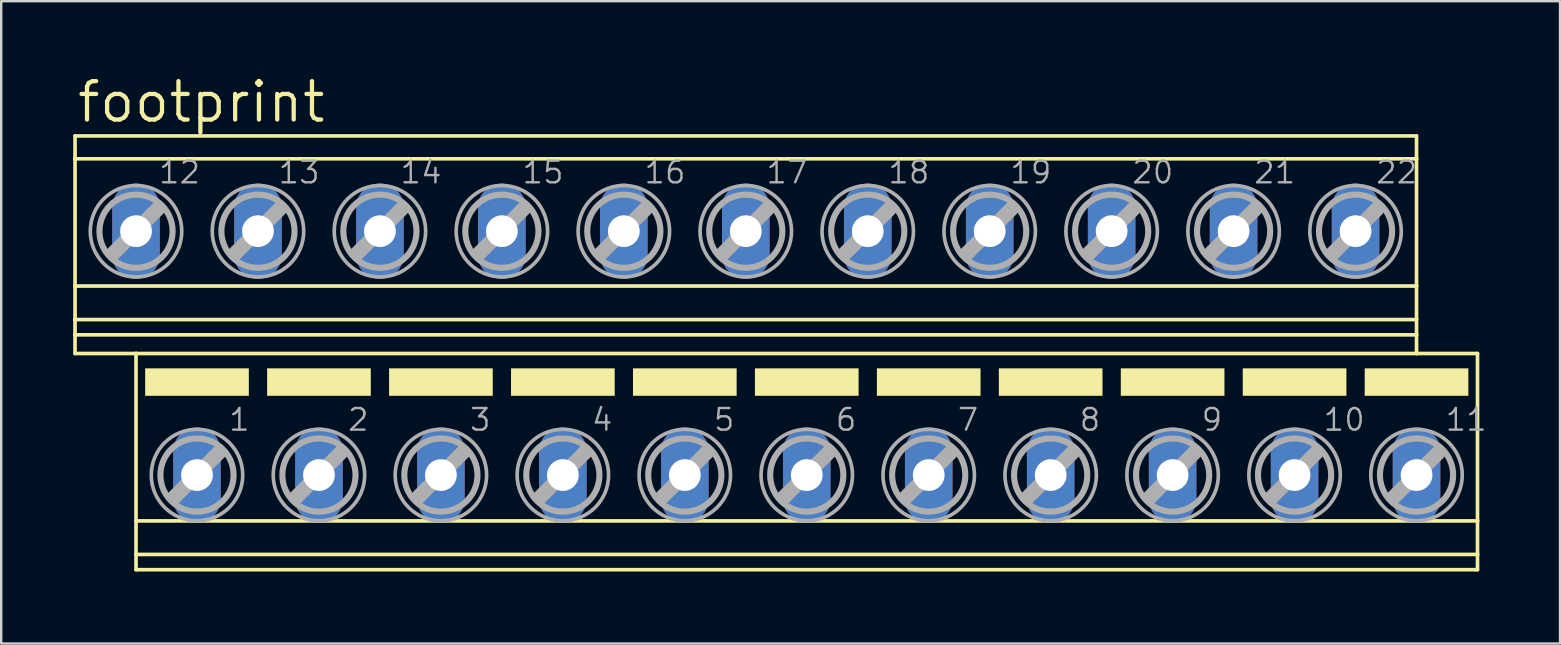
<source format=kicad_pcb>
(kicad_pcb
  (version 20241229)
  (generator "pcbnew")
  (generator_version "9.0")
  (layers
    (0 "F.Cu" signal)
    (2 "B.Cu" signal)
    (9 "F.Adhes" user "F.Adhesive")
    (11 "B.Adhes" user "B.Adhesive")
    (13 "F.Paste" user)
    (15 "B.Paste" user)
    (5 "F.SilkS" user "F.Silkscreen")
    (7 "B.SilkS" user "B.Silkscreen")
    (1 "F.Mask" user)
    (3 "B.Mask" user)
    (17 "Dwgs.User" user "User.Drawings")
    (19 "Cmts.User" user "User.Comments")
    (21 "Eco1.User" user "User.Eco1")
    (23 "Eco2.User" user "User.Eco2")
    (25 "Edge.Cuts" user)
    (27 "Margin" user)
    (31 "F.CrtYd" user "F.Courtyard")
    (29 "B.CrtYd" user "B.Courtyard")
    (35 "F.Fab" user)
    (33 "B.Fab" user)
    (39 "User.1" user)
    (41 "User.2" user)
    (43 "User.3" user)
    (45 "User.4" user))
  (footprint "footprint"
    (layer "F.Cu")
    (at 29.286 11.659)
    (property "Reference" "footprint" (at -29.21 -9.525 0) (layer "F.SilkS") (effects (font (size 1.6 1.6) (thickness 0.178)) (justify left bottom)))
    (fp_line (start -29.21 -9.047) (end -29.21 -8.094) (stroke (width 0.152) (type solid)) (layer "F.SilkS"))
    (fp_line (start -29.21 -9.047) (end 26.67 -9.047) (stroke (width 0.152) (type solid)) (layer "F.SilkS"))
    (fp_line (start -29.21 -8.094) (end -29.21 -2.794) (stroke (width 0.152) (type solid)) (layer "F.SilkS"))
    (fp_line (start -29.21 -8.094) (end 26.67 -8.094) (stroke (width 0.152) (type solid)) (layer "F.SilkS"))
    (fp_line (start -29.21 -2.794) (end -29.21 -1.397) (stroke (width 0.152) (type solid)) (layer "F.SilkS"))
    (fp_line (start -29.21 -2.794) (end 26.67 -2.794) (stroke (width 0.152) (type solid)) (layer "F.SilkS"))
    (fp_line (start -29.21 -1.397) (end -29.21 -0.762) (stroke (width 0.152) (type solid)) (layer "F.SilkS"))
    (fp_line (start -29.21 -1.397) (end 26.67 -1.397) (stroke (width 0.152) (type solid)) (layer "F.SilkS"))
    (fp_line (start -29.21 -0.762) (end -29.21 0.016) (stroke (width 0.152) (type solid)) (layer "F.SilkS"))
    (fp_line (start -29.21 -0.762) (end 26.67 -0.762) (stroke (width 0.152) (type solid)) (layer "F.SilkS"))
    (fp_line (start -29.21 0.016) (end -26.67 0.016) (stroke (width 0.152) (type solid)) (layer "F.SilkS"))
    (fp_line (start -26.67 0.016) (end -26.67 6.99) (stroke (width 0.152) (type solid)) (layer "F.SilkS"))
    (fp_line (start -26.67 0.016) (end 26.67 0.016) (stroke (width 0.152) (type solid)) (layer "F.SilkS"))
    (fp_line (start -26.67 6.99) (end -26.67 8.387) (stroke (width 0.152) (type solid)) (layer "F.SilkS"))
    (fp_line (start -26.67 6.99) (end 29.21 6.99) (stroke (width 0.152) (type solid)) (layer "F.SilkS"))
    (fp_line (start -26.67 8.387) (end -26.67 9.022) (stroke (width 0.152) (type solid)) (layer "F.SilkS"))
    (fp_line (start -26.67 8.387) (end 29.21 8.387) (stroke (width 0.152) (type solid)) (layer "F.SilkS"))
    (fp_line (start -26.67 9.022) (end 29.21 9.022) (stroke (width 0.152) (type solid)) (layer "F.SilkS"))
    (fp_line (start 26.67 -9.047) (end 26.67 -8.094) (stroke (width 0.152) (type solid)) (layer "F.SilkS"))
    (fp_line (start 26.67 -8.094) (end 26.67 -2.794) (stroke (width 0.152) (type solid)) (layer "F.SilkS"))
    (fp_line (start 26.67 -2.794) (end 26.67 -1.397) (stroke (width 0.152) (type solid)) (layer "F.SilkS"))
    (fp_line (start 26.67 -1.397) (end 26.67 -0.762) (stroke (width 0.152) (type solid)) (layer "F.SilkS"))
    (fp_line (start 26.67 -0.762) (end 26.67 0.016) (stroke (width 0.152) (type solid)) (layer "F.SilkS"))
    (fp_line (start 29.21 0.016) (end 26.67 0.016) (stroke (width 0.152) (type solid)) (layer "F.SilkS"))
    (fp_line (start 29.21 0.016) (end 29.21 6.99) (stroke (width 0.152) (type solid)) (layer "F.SilkS"))
    (fp_line (start 29.21 6.99) (end 29.21 8.387) (stroke (width 0.152) (type solid)) (layer "F.SilkS"))
    (fp_line (start 29.21 8.387) (end 29.21 9.022) (stroke (width 0.152) (type solid)) (layer "F.SilkS"))
    (fp_poly (pts (xy -26.289 1.778) (xy -21.971 1.778) (xy -21.971 0.635) (xy -26.289 0.635)) (stroke (width 0) (type solid)) (fill yes) (layer "F.SilkS"))
    (fp_poly (pts (xy -21.209 1.778) (xy -16.891 1.778) (xy -16.891 0.635) (xy -21.209 0.635)) (stroke (width 0) (type solid)) (fill yes) (layer "F.SilkS"))
    (fp_poly (pts (xy -16.129 1.778) (xy -11.811 1.778) (xy -11.811 0.635) (xy -16.129 0.635)) (stroke (width 0) (type solid)) (fill yes) (layer "F.SilkS"))
    (fp_poly (pts (xy -11.049 1.778) (xy -6.731 1.778) (xy -6.731 0.635) (xy -11.049 0.635)) (stroke (width 0) (type solid)) (fill yes) (layer "F.SilkS"))
    (fp_poly (pts (xy -5.969 1.778) (xy -1.651 1.778) (xy -1.651 0.635) (xy -5.969 0.635)) (stroke (width 0) (type solid)) (fill yes) (layer "F.SilkS"))
    (fp_poly (pts (xy -0.889 1.778) (xy 3.429 1.778) (xy 3.429 0.635) (xy -0.889 0.635)) (stroke (width 0) (type solid)) (fill yes) (layer "F.SilkS"))
    (fp_poly (pts (xy 4.191 1.778) (xy 8.509 1.778) (xy 8.509 0.635) (xy 4.191 0.635)) (stroke (width 0) (type solid)) (fill yes) (layer "F.SilkS"))
    (fp_poly (pts (xy 9.271 1.778) (xy 13.589 1.778) (xy 13.589 0.635) (xy 9.271 0.635)) (stroke (width 0) (type solid)) (fill yes) (layer "F.SilkS"))
    (fp_poly (pts (xy 14.351 1.778) (xy 18.669 1.778) (xy 18.669 0.635) (xy 14.351 0.635)) (stroke (width 0) (type solid)) (fill yes) (layer "F.SilkS"))
    (fp_poly (pts (xy 19.431 1.778) (xy 23.749 1.778) (xy 23.749 0.635) (xy 19.431 0.635)) (stroke (width 0) (type solid)) (fill yes) (layer "F.SilkS"))
    (fp_poly (pts (xy 24.511 1.778) (xy 28.829 1.778) (xy 28.829 0.635) (xy 24.511 0.635)) (stroke (width 0) (type solid)) (fill yes) (layer "F.SilkS"))
    (fp_line (start -27.61 -4.163) (end -25.756 -6.017) (stroke (width 0.61) (type solid)) (layer "F.Fab"))
    (fp_line (start -25.07 5.994) (end -23.216 4.14) (stroke (width 0.61) (type solid)) (layer "F.Fab"))
    (fp_line (start -22.53 -4.163) (end -20.676 -6.017) (stroke (width 0.61) (type solid)) (layer "F.Fab"))
    (fp_line (start -19.99 5.994) (end -18.136 4.14) (stroke (width 0.61) (type solid)) (layer "F.Fab"))
    (fp_line (start -17.45 -4.163) (end -15.596 -6.017) (stroke (width 0.61) (type solid)) (layer "F.Fab"))
    (fp_line (start -14.91 5.994) (end -13.056 4.14) (stroke (width 0.61) (type solid)) (layer "F.Fab"))
    (fp_line (start -12.37 -4.163) (end -10.516 -6.017) (stroke (width 0.61) (type solid)) (layer "F.Fab"))
    (fp_line (start -9.83 5.994) (end -7.976 4.14) (stroke (width 0.61) (type solid)) (layer "F.Fab"))
    (fp_line (start -7.29 -4.163) (end -5.436 -6.017) (stroke (width 0.61) (type solid)) (layer "F.Fab"))
    (fp_line (start -4.75 5.994) (end -2.896 4.14) (stroke (width 0.61) (type solid)) (layer "F.Fab"))
    (fp_line (start -2.21 -4.163) (end -0.356 -6.017) (stroke (width 0.61) (type solid)) (layer "F.Fab"))
    (fp_line (start 0.33 5.994) (end 2.184 4.14) (stroke (width 0.61) (type solid)) (layer "F.Fab"))
    (fp_line (start 2.87 -4.163) (end 4.724 -6.017) (stroke (width 0.61) (type solid)) (layer "F.Fab"))
    (fp_line (start 5.41 5.994) (end 7.264 4.14) (stroke (width 0.61) (type solid)) (layer "F.Fab"))
    (fp_line (start 7.95 -4.163) (end 9.804 -6.017) (stroke (width 0.61) (type solid)) (layer "F.Fab"))
    (fp_line (start 10.49 5.994) (end 12.344 4.14) (stroke (width 0.61) (type solid)) (layer "F.Fab"))
    (fp_line (start 13.03 -4.163) (end 14.884 -6.017) (stroke (width 0.61) (type solid)) (layer "F.Fab"))
    (fp_line (start 15.57 5.994) (end 17.424 4.14) (stroke (width 0.61) (type solid)) (layer "F.Fab"))
    (fp_line (start 18.11 -4.163) (end 19.964 -6.017) (stroke (width 0.61) (type solid)) (layer "F.Fab"))
    (fp_line (start 20.65 5.994) (end 22.504 4.14) (stroke (width 0.61) (type solid)) (layer "F.Fab"))
    (fp_line (start 23.19 -4.163) (end 25.044 -6.017) (stroke (width 0.61) (type solid)) (layer "F.Fab"))
    (fp_line (start 25.73 5.994) (end 27.584 4.14) (stroke (width 0.61) (type solid)) (layer "F.Fab"))
    (fp_circle (center -26.67 -5.077) (end -25.146 -5.077) (stroke (width 0.254) (type solid)) (fill no) (layer "F.Fab"))
    (fp_circle (center -26.67 -5.077) (end -24.765 -5.077) (stroke (width 0.152) (type solid)) (fill no) (layer "F.Fab"))
    (fp_circle (center -24.13 5.08) (end -22.606 5.08) (stroke (width 0.254) (type solid)) (fill no) (layer "F.Fab"))
    (fp_circle (center -24.13 5.08) (end -22.225 5.08) (stroke (width 0.152) (type solid)) (fill no) (layer "F.Fab"))
    (fp_circle (center -21.59 -5.077) (end -20.066 -5.077) (stroke (width 0.254) (type solid)) (fill no) (layer "F.Fab"))
    (fp_circle (center -21.59 -5.077) (end -19.685 -5.077) (stroke (width 0.152) (type solid)) (fill no) (layer "F.Fab"))
    (fp_circle (center -19.05 5.08) (end -17.526 5.08) (stroke (width 0.254) (type solid)) (fill no) (layer "F.Fab"))
    (fp_circle (center -19.05 5.08) (end -17.145 5.08) (stroke (width 0.152) (type solid)) (fill no) (layer "F.Fab"))
    (fp_circle (center -16.51 -5.077) (end -14.986 -5.077) (stroke (width 0.254) (type solid)) (fill no) (layer "F.Fab"))
    (fp_circle (center -16.51 -5.077) (end -14.605 -5.077) (stroke (width 0.152) (type solid)) (fill no) (layer "F.Fab"))
    (fp_circle (center -13.97 5.08) (end -12.446 5.08) (stroke (width 0.254) (type solid)) (fill no) (layer "F.Fab"))
    (fp_circle (center -13.97 5.08) (end -12.065 5.08) (stroke (width 0.152) (type solid)) (fill no) (layer "F.Fab"))
    (fp_circle (center -11.43 -5.077) (end -9.906 -5.077) (stroke (width 0.254) (type solid)) (fill no) (layer "F.Fab"))
    (fp_circle (center -11.43 -5.077) (end -9.525 -5.077) (stroke (width 0.152) (type solid)) (fill no) (layer "F.Fab"))
    (fp_circle (center -8.89 5.08) (end -7.366 5.08) (stroke (width 0.254) (type solid)) (fill no) (layer "F.Fab"))
    (fp_circle (center -8.89 5.08) (end -6.985 5.08) (stroke (width 0.152) (type solid)) (fill no) (layer "F.Fab"))
    (fp_circle (center -6.35 -5.077) (end -4.826 -5.077) (stroke (width 0.254) (type solid)) (fill no) (layer "F.Fab"))
    (fp_circle (center -6.35 -5.077) (end -4.445 -5.077) (stroke (width 0.152) (type solid)) (fill no) (layer "F.Fab"))
    (fp_circle (center -3.81 5.08) (end -2.286 5.08) (stroke (width 0.254) (type solid)) (fill no) (layer "F.Fab"))
    (fp_circle (center -3.81 5.08) (end -1.905 5.08) (stroke (width 0.152) (type solid)) (fill no) (layer "F.Fab"))
    (fp_circle (center -1.27 -5.077) (end 0.254 -5.077) (stroke (width 0.254) (type solid)) (fill no) (layer "F.Fab"))
    (fp_circle (center -1.27 -5.077) (end 0.635 -5.077) (stroke (width 0.152) (type solid)) (fill no) (layer "F.Fab"))
    (fp_circle (center 1.27 5.08) (end 2.794 5.08) (stroke (width 0.254) (type solid)) (fill no) (layer "F.Fab"))
    (fp_circle (center 1.27 5.08) (end 3.175 5.08) (stroke (width 0.152) (type solid)) (fill no) (layer "F.Fab"))
    (fp_circle (center 3.81 -5.077) (end 5.334 -5.077) (stroke (width 0.254) (type solid)) (fill no) (layer "F.Fab"))
    (fp_circle (center 3.81 -5.077) (end 5.715 -5.077) (stroke (width 0.152) (type solid)) (fill no) (layer "F.Fab"))
    (fp_circle (center 6.35 5.08) (end 7.874 5.08) (stroke (width 0.254) (type solid)) (fill no) (layer "F.Fab"))
    (fp_circle (center 6.35 5.08) (end 8.255 5.08) (stroke (width 0.152) (type solid)) (fill no) (layer "F.Fab"))
    (fp_circle (center 8.89 -5.077) (end 10.414 -5.077) (stroke (width 0.254) (type solid)) (fill no) (layer "F.Fab"))
    (fp_circle (center 8.89 -5.077) (end 10.795 -5.077) (stroke (width 0.152) (type solid)) (fill no) (layer "F.Fab"))
    (fp_circle (center 11.43 5.08) (end 12.954 5.08) (stroke (width 0.254) (type solid)) (fill no) (layer "F.Fab"))
    (fp_circle (center 11.43 5.08) (end 13.335 5.08) (stroke (width 0.152) (type solid)) (fill no) (layer "F.Fab"))
    (fp_circle (center 13.97 -5.077) (end 15.494 -5.077) (stroke (width 0.254) (type solid)) (fill no) (layer "F.Fab"))
    (fp_circle (center 13.97 -5.077) (end 15.875 -5.077) (stroke (width 0.152) (type solid)) (fill no) (layer "F.Fab"))
    (fp_circle (center 16.51 5.08) (end 18.034 5.08) (stroke (width 0.254) (type solid)) (fill no) (layer "F.Fab"))
    (fp_circle (center 16.51 5.08) (end 18.415 5.08) (stroke (width 0.152) (type solid)) (fill no) (layer "F.Fab"))
    (fp_circle (center 19.05 -5.077) (end 20.574 -5.077) (stroke (width 0.254) (type solid)) (fill no) (layer "F.Fab"))
    (fp_circle (center 19.05 -5.077) (end 20.955 -5.077) (stroke (width 0.152) (type solid)) (fill no) (layer "F.Fab"))
    (fp_circle (center 21.59 5.08) (end 23.114 5.08) (stroke (width 0.254) (type solid)) (fill no) (layer "F.Fab"))
    (fp_circle (center 21.59 5.08) (end 23.495 5.08) (stroke (width 0.152) (type solid)) (fill no) (layer "F.Fab"))
    (fp_circle (center 24.13 -5.077) (end 25.654 -5.077) (stroke (width 0.254) (type solid)) (fill no) (layer "F.Fab"))
    (fp_circle (center 24.13 -5.077) (end 26.035 -5.077) (stroke (width 0.152) (type solid)) (fill no) (layer "F.Fab"))
    (fp_circle (center 26.67 5.08) (end 28.194 5.08) (stroke (width 0.254) (type solid)) (fill no) (layer "F.Fab"))
    (fp_circle (center 26.67 5.08) (end 28.575 5.08) (stroke (width 0.152) (type solid)) (fill no) (layer "F.Fab"))
    (fp_text user "2" (at -17.907 3.302 0) (layer "F.Fab") (effects (font (size 0.9 0.9) (thickness 0.1)) (justify left bottom)))
    (fp_text user "13" (at -20.801 -7.001 0) (layer "F.Fab") (effects (font (size 0.9 0.9) (thickness 0.1)) (justify left bottom)))
    (fp_text user "14" (at -15.721 -7.001 0) (layer "F.Fab") (effects (font (size 0.9 0.9) (thickness 0.1)) (justify left bottom)))
    (fp_text user "6" (at 2.413 3.302 0) (layer "F.Fab") (effects (font (size 0.9 0.9) (thickness 0.1)) (justify left bottom)))
    (fp_text user "3" (at -12.827 3.302 0) (layer "F.Fab") (effects (font (size 0.9 0.9) (thickness 0.1)) (justify left bottom)))
    (fp_text user "1" (at -22.86 3.302 0) (layer "F.Fab") (effects (font (size 0.9 0.9) (thickness 0.1)) (justify left bottom)))
    (fp_text user "20" (at 14.759 -7.001 0) (layer "F.Fab") (effects (font (size 0.9 0.9) (thickness 0.1)) (justify left bottom)))
    (fp_text user "19" (at 9.679 -7.001 0) (layer "F.Fab") (effects (font (size 0.9 0.9) (thickness 0.1)) (justify left bottom)))
    (fp_text user "4" (at -7.747 3.302 0) (layer "F.Fab") (effects (font (size 0.9 0.9) (thickness 0.1)) (justify left bottom)))
    (fp_text user "12" (at -25.781 -7.001 0) (layer "F.Fab") (effects (font (size 0.9 0.9) (thickness 0.1)) (justify left bottom)))
    (fp_text user "22" (at 24.919 -7.001 0) (layer "F.Fab") (effects (font (size 0.9 0.9) (thickness 0.1)) (justify left bottom)))
    (fp_text user "7" (at 7.493 3.302 0) (layer "F.Fab") (effects (font (size 0.9 0.9) (thickness 0.1)) (justify left bottom)))
    (fp_text user "17" (at -0.481 -7.001 0) (layer "F.Fab") (effects (font (size 0.9 0.9) (thickness 0.1)) (justify left bottom)))
    (fp_text user "9" (at 17.653 3.302 0) (layer "F.Fab") (effects (font (size 0.9 0.9) (thickness 0.1)) (justify left bottom)))
    (fp_text user "8" (at 12.573 3.302 0) (layer "F.Fab") (effects (font (size 0.9 0.9) (thickness 0.1)) (justify left bottom)))
    (fp_text user "21" (at 19.839 -7.001 0) (layer "F.Fab") (effects (font (size 0.9 0.9) (thickness 0.1)) (justify left bottom)))
    (fp_text user "11" (at 27.813 3.302 0) (layer "F.Fab") (effects (font (size 0.9 0.9) (thickness 0.1)) (justify left bottom)))
    (fp_text user "18" (at 4.599 -7.001 0) (layer "F.Fab") (effects (font (size 0.9 0.9) (thickness 0.1)) (justify left bottom)))
    (fp_text user "10" (at 22.733 3.302 0) (layer "F.Fab") (effects (font (size 0.9 0.9) (thickness 0.1)) (justify left bottom)))
    (fp_text user "16" (at -5.561 -7.001 0) (layer "F.Fab") (effects (font (size 0.9 0.9) (thickness 0.1)) (justify left bottom)))
    (fp_text user "5" (at -2.667 3.302 0) (layer "F.Fab") (effects (font (size 0.9 0.9) (thickness 0.1)) (justify left bottom)))
    (fp_text user "15" (at -10.641 -7.001 0) (layer "F.Fab") (effects (font (size 0.9 0.9) (thickness 0.1)) (justify left bottom)))
    (pad "1" thru_hole oval (at -24.13 5.08 90) (size 3.962 1.981) (drill 1.321) (layers "*.Cu" "*.Mask"))
    (pad "2" thru_hole oval (at -19.05 5.08 90) (size 3.962 1.981) (drill 1.321) (layers "*.Cu" "*.Mask"))
    (pad "3" thru_hole oval (at -13.97 5.08 90) (size 3.962 1.981) (drill 1.321) (layers "*.Cu" "*.Mask"))
    (pad "4" thru_hole oval (at -8.89 5.08 90) (size 3.962 1.981) (drill 1.321) (layers "*.Cu" "*.Mask"))
    (pad "5" thru_hole oval (at -3.81 5.08 90) (size 3.962 1.981) (drill 1.321) (layers "*.Cu" "*.Mask"))
    (pad "6" thru_hole oval (at 1.27 5.08 90) (size 3.962 1.981) (drill 1.321) (layers "*.Cu" "*.Mask"))
    (pad "7" thru_hole oval (at 6.35 5.08 90) (size 3.962 1.981) (drill 1.321) (layers "*.Cu" "*.Mask"))
    (pad "8" thru_hole oval (at 11.43 5.08 90) (size 3.962 1.981) (drill 1.321) (layers "*.Cu" "*.Mask"))
    (pad "9" thru_hole oval (at 16.51 5.08 90) (size 3.962 1.981) (drill 1.321) (layers "*.Cu" "*.Mask"))
    (pad "10" thru_hole oval (at 21.59 5.08 90) (size 3.962 1.981) (drill 1.321) (layers "*.Cu" "*.Mask"))
    (pad "11" thru_hole oval (at 26.67 5.08 90) (size 3.962 1.981) (drill 1.321) (layers "*.Cu" "*.Mask"))
    (pad "12" thru_hole oval (at -26.67 -5.08 90) (size 3.962 1.981) (drill 1.321) (layers "*.Cu" "*.Mask"))
    (pad "13" thru_hole oval (at -21.59 -5.08 90) (size 3.962 1.981) (drill 1.321) (layers "*.Cu" "*.Mask"))
    (pad "14" thru_hole oval (at -16.51 -5.08 90) (size 3.962 1.981) (drill 1.321) (layers "*.Cu" "*.Mask"))
    (pad "15" thru_hole oval (at -11.43 -5.08 90) (size 3.962 1.981) (drill 1.321) (layers "*.Cu" "*.Mask"))
    (pad "16" thru_hole oval (at -6.35 -5.08 90) (size 3.962 1.981) (drill 1.321) (layers "*.Cu" "*.Mask"))
    (pad "17" thru_hole oval (at -1.27 -5.08 90) (size 3.962 1.981) (drill 1.321) (layers "*.Cu" "*.Mask"))
    (pad "18" thru_hole oval (at 3.81 -5.08 90) (size 3.962 1.981) (drill 1.321) (layers "*.Cu" "*.Mask"))
    (pad "19" thru_hole oval (at 8.89 -5.08 90) (size 3.962 1.981) (drill 1.321) (layers "*.Cu" "*.Mask"))
    (pad "20" thru_hole oval (at 13.97 -5.08 90) (size 3.962 1.981) (drill 1.321) (layers "*.Cu" "*.Mask"))
    (pad "21" thru_hole oval (at 19.05 -5.08 90) (size 3.962 1.981) (drill 1.321) (layers "*.Cu" "*.Mask"))
    (pad "22" thru_hole oval (at 24.13 -5.08 90) (size 3.962 1.981) (drill 1.321) (layers "*.Cu" "*.Mask")))
  (gr_rect
    (start -3 -3)
    (end 61.933 23.757)
    (stroke (width 0.1) (type default))
    (fill no)
    (layer "Edge.Cuts")))
</source>
